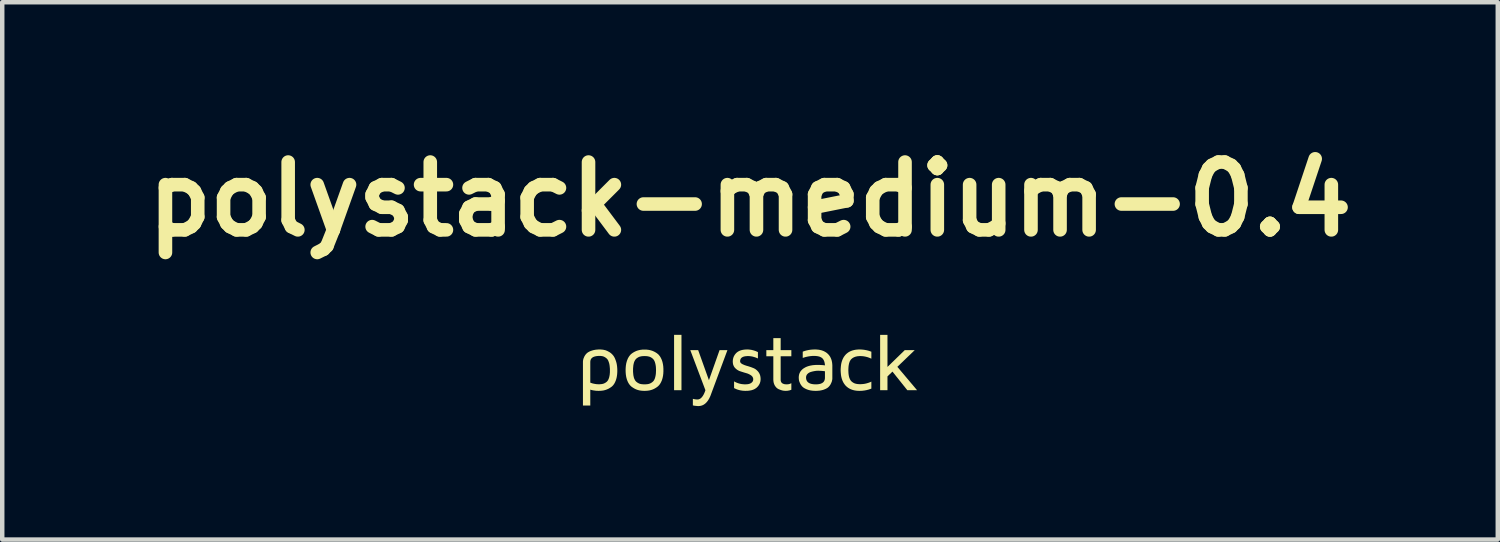
<source format=kicad_pcb>
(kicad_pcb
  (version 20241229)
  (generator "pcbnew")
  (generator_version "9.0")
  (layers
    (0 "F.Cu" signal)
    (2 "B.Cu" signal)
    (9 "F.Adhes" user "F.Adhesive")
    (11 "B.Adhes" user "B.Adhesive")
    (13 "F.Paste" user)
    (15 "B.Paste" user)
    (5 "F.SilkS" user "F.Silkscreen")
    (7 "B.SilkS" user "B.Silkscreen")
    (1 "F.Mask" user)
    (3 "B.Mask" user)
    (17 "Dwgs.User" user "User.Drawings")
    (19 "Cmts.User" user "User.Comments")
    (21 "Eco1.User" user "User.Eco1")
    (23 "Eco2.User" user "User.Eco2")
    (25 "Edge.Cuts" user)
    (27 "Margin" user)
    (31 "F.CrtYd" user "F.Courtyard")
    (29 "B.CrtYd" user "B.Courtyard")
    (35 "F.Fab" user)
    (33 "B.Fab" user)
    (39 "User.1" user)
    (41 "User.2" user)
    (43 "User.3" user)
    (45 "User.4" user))
  (footprint "polystack-medium-0.4"
    (layer "F.Cu")
    (at 13.803 5.274)
    (property "Reference" "polystack-medium-0.4" (at 0 -3.848 0) (layer "F.SilkS") (effects (font (size 1.524 1.524) (thickness 0.305))))
    (attr smd)
    (fp_poly (pts (xy -1.706 0.444) (xy -1.706 -0.8) (xy -1.54 -0.8) (xy -1.54 0.444) (xy -1.706 0.444)) (stroke (width 0) (type solid)) (fill yes) (layer "F.SilkS"))
    (fp_poly (pts (xy 2.924 0.444) (xy 2.924 -0.8) (xy 3.089 -0.8) (xy 3.089 -0.079) (xy 3.478 -0.457) (xy 3.702 -0.457) (xy 3.311 -0.081) (xy 3.754 0.444) (xy 3.535 0.444) (xy 3.201 0.026) (xy 3.089 0.134) (xy 3.089 0.444) (xy 2.924 0.444)) (stroke (width 0) (type solid)) (fill yes) (layer "F.SilkS"))
    (fp_poly (pts (xy 0.367 -0.318) (xy 0.367 -0.457) (xy 0.524 -0.457) (xy 0.524 -0.726) (xy 0.689 -0.726) (xy 0.689 -0.457) (xy 0.929 -0.457) (xy 0.929 -0.318) (xy 0.689 -0.318) (xy 0.689 0.206) (xy 0.689 0.216) (xy 0.69 0.225) (xy 0.691 0.233) (xy 0.693 0.241) (xy 0.696 0.249) (xy 0.699 0.256) (xy 0.702 0.263) (xy 0.706 0.269) (xy 0.711 0.275) (xy 0.716 0.281) (xy 0.722 0.286) (xy 0.728 0.29) (xy 0.735 0.294) (xy 0.743 0.298) (xy 0.751 0.301) (xy 0.759 0.304) (xy 0.768 0.307) (xy 0.778 0.309) (xy 0.788 0.31) (xy 0.799 0.311) (xy 0.81 0.312) (xy 0.822 0.312) (xy 0.824 0.312) (xy 0.836 0.312) (xy 0.848 0.311) (xy 0.859 0.31) (xy 0.87 0.308) (xy 0.881 0.306) (xy 0.891 0.303) (xy 0.901 0.299) (xy 0.911 0.295) (xy 0.92 0.291) (xy 0.929 0.286) (xy 0.929 0.434) (xy 0.918 0.438) (xy 0.908 0.441) (xy 0.898 0.445) (xy 0.888 0.448) (xy 0.877 0.45) (xy 0.867 0.452) (xy 0.857 0.454) (xy 0.846 0.456) (xy 0.836 0.457) (xy 0.826 0.458) (xy 0.816 0.458) (xy 0.805 0.459) (xy 0.801 0.459) (xy 0.791 0.458) (xy 0.782 0.458) (xy 0.772 0.457) (xy 0.762 0.456) (xy 0.752 0.455) (xy 0.742 0.453) (xy 0.731 0.451) (xy 0.723 0.449) (xy 0.714 0.446) (xy 0.705 0.444) (xy 0.695 0.441) (xy 0.685 0.437) (xy 0.675 0.433) (xy 0.664 0.429) (xy 0.653 0.425) (xy 0.642 0.42) (xy 0.633 0.415) (xy 0.624 0.41) (xy 0.615 0.404) (xy 0.607 0.398) (xy 0.599 0.391) (xy 0.592 0.384) (xy 0.584 0.376) (xy 0.577 0.367) (xy 0.57 0.358) (xy 0.564 0.349) (xy 0.557 0.339) (xy 0.553 0.33) (xy 0.548 0.321) (xy 0.545 0.312) (xy 0.541 0.303) (xy 0.538 0.294) (xy 0.535 0.284) (xy 0.532 0.274) (xy 0.53 0.263) (xy 0.528 0.253) (xy 0.527 0.242) (xy 0.525 0.23) (xy 0.525 0.219) (xy 0.524 0.207) (xy 0.524 0.195) (xy 0.524 -0.318) (xy 0.367 -0.318) (xy 0.367 -0.318)) (stroke (width 0) (type solid)) (fill yes) (layer "F.SilkS"))
    (fp_poly (pts (xy -1.342 -0.457) (xy -1.165 -0.457) (xy -0.923 0.219) (xy -0.684 -0.457) (xy -0.507 -0.457) (xy -0.878 0.541) (xy -0.882 0.553) (xy -0.887 0.565) (xy -0.892 0.577) (xy -0.897 0.589) (xy -0.902 0.6) (xy -0.908 0.611) (xy -0.913 0.622) (xy -0.918 0.632) (xy -0.924 0.642) (xy -0.93 0.652) (xy -0.935 0.661) (xy -0.941 0.67) (xy -0.947 0.679) (xy -0.953 0.687) (xy -0.96 0.696) (xy -0.966 0.704) (xy -0.972 0.711) (xy -0.979 0.718) (xy -0.985 0.725) (xy -0.992 0.732) (xy -0.999 0.738) (xy -1.006 0.744) (xy -1.013 0.75) (xy -1.02 0.755) (xy -1.027 0.76) (xy -1.035 0.765) (xy -1.042 0.77) (xy -1.05 0.774) (xy -1.057 0.778) (xy -1.065 0.781) (xy -1.073 0.784) (xy -1.081 0.787) (xy -1.089 0.79) (xy -1.097 0.792) (xy -1.105 0.794) (xy -1.114 0.796) (xy -1.122 0.797) (xy -1.131 0.799) (xy -1.139 0.799) (xy -1.148 0.8) (xy -1.157 0.8) (xy -1.158 0.8) (xy -1.168 0.8) (xy -1.178 0.8) (xy -1.188 0.799) (xy -1.199 0.798) (xy -1.209 0.797) (xy -1.22 0.796) (xy -1.23 0.795) (xy -1.241 0.794) (xy -1.251 0.792) (xy -1.262 0.79) (xy -1.273 0.788) (xy -1.284 0.786) (xy -1.284 0.638) (xy -1.273 0.64) (xy -1.263 0.643) (xy -1.252 0.645) (xy -1.242 0.647) (xy -1.232 0.648) (xy -1.222 0.65) (xy -1.212 0.651) (xy -1.202 0.652) (xy -1.192 0.652) (xy -1.183 0.653) (xy -1.175 0.652) (xy -1.168 0.652) (xy -1.161 0.651) (xy -1.154 0.649) (xy -1.147 0.647) (xy -1.14 0.644) (xy -1.133 0.641) (xy -1.126 0.638) (xy -1.119 0.634) (xy -1.113 0.63) (xy -1.106 0.625) (xy -1.1 0.619) (xy -1.094 0.614) (xy -1.088 0.607) (xy -1.081 0.601) (xy -1.076 0.593) (xy -1.07 0.586) (xy -1.064 0.578) (xy -1.058 0.569) (xy -1.053 0.56) (xy -1.047 0.551) (xy -1.042 0.541) (xy -1.036 0.53) (xy -1.031 0.519) (xy -1.026 0.508) (xy -1.021 0.496) (xy -1.016 0.484) (xy -1.011 0.471) (xy -1.007 0.458) (xy -1.002 0.444) (xy -1.342 -0.457) (xy -1.342 -0.457)) (stroke (width 0) (type solid)) (fill yes) (layer "F.SilkS"))
    (fp_poly (pts (xy 2.147 0.339) (xy 2.14 0.332) (xy 2.135 0.325) (xy 2.129 0.317) (xy 2.123 0.31) (xy 2.118 0.302) (xy 2.112 0.294) (xy 2.107 0.286) (xy 2.102 0.278) (xy 2.098 0.27) (xy 2.093 0.261) (xy 2.089 0.253) (xy 2.085 0.244) (xy 2.08 0.235) (xy 2.077 0.226) (xy 2.073 0.216) (xy 2.07 0.207) (xy 2.066 0.197) (xy 2.063 0.187) (xy 2.06 0.177) (xy 2.057 0.167) (xy 2.055 0.157) (xy 2.052 0.146) (xy 2.05 0.135) (xy 2.048 0.124) (xy 2.046 0.113) (xy 2.045 0.102) (xy 2.043 0.091) (xy 2.042 0.079) (xy 2.041 0.067) (xy 2.04 0.055) (xy 2.039 0.043) (xy 2.038 0.031) (xy 2.038 0.018) (xy 2.037 0.006) (xy 2.037 -0.007) (xy 2.037 -0.02) (xy 2.038 -0.033) (xy 2.038 -0.045) (xy 2.039 -0.057) (xy 2.04 -0.069) (xy 2.041 -0.081) (xy 2.042 -0.093) (xy 2.043 -0.105) (xy 2.045 -0.116) (xy 2.046 -0.127) (xy 2.048 -0.138) (xy 2.05 -0.149) (xy 2.052 -0.16) (xy 2.055 -0.171) (xy 2.057 -0.181) (xy 2.06 -0.191) (xy 2.063 -0.201) (xy 2.066 -0.211) (xy 2.07 -0.221) (xy 2.073 -0.23) (xy 2.077 -0.24) (xy 2.08 -0.249) (xy 2.085 -0.258) (xy 2.089 -0.267) (xy 2.093 -0.275) (xy 2.098 -0.284) (xy 2.102 -0.292) (xy 2.107 -0.3) (xy 2.112 -0.308) (xy 2.118 -0.316) (xy 2.123 -0.323) (xy 2.129 -0.331) (xy 2.135 -0.338) (xy 2.14 -0.345) (xy 2.147 -0.352) (xy 2.153 -0.359) (xy 2.16 -0.366) (xy 2.167 -0.373) (xy 2.175 -0.379) (xy 2.182 -0.385) (xy 2.19 -0.391) (xy 2.197 -0.397) (xy 2.205 -0.403) (xy 2.213 -0.408) (xy 2.222 -0.413) (xy 2.23 -0.418) (xy 2.239 -0.423) (xy 2.248 -0.427) (xy 2.257 -0.431) (xy 2.266 -0.436) (xy 2.275 -0.439) (xy 2.285 -0.443) (xy 2.295 -0.446) (xy 2.304 -0.45) (xy 2.315 -0.452) (xy 2.325 -0.455) (xy 2.335 -0.458) (xy 2.346 -0.46) (xy 2.357 -0.462) (xy 2.368 -0.464) (xy 2.379 -0.466) (xy 2.39 -0.467) (xy 2.401 -0.468) (xy 2.413 -0.469) (xy 2.425 -0.47) (xy 2.437 -0.471) (xy 2.449 -0.471) (xy 2.462 -0.471) (xy 2.472 -0.471) (xy 2.483 -0.471) (xy 2.494 -0.47) (xy 2.505 -0.47) (xy 2.516 -0.469) (xy 2.527 -0.468) (xy 2.538 -0.467) (xy 2.549 -0.466) (xy 2.559 -0.464) (xy 2.57 -0.463) (xy 2.581 -0.461) (xy 2.591 -0.459) (xy 2.602 -0.457) (xy 2.613 -0.455) (xy 2.623 -0.453) (xy 2.634 -0.45) (xy 2.644 -0.448) (xy 2.655 -0.445) (xy 2.665 -0.442) (xy 2.675 -0.439) (xy 2.686 -0.435) (xy 2.696 -0.432) (xy 2.706 -0.428) (xy 2.717 -0.425) (xy 2.727 -0.421) (xy 2.727 -0.264) (xy 2.717 -0.269) (xy 2.707 -0.273) (xy 2.696 -0.278) (xy 2.686 -0.282) (xy 2.676 -0.286) (xy 2.666 -0.29) (xy 2.655 -0.293) (xy 2.645 -0.297) (xy 2.635 -0.3) (xy 2.624 -0.303) (xy 2.614 -0.305) (xy 2.604 -0.308) (xy 2.593 -0.31) (xy 2.583 -0.313) (xy 2.573 -0.314) (xy 2.562 -0.316) (xy 2.552 -0.318) (xy 2.542 -0.319) (xy 2.531 -0.32) (xy 2.521 -0.321) (xy 2.51 -0.322) (xy 2.5 -0.322) (xy 2.49 -0.323) (xy 2.479 -0.323) (xy 2.476 -0.323) (xy 2.463 -0.323) (xy 2.451 -0.322) (xy 2.44 -0.321) (xy 2.428 -0.32) (xy 2.417 -0.319) (xy 2.406 -0.317) (xy 2.395 -0.315) (xy 2.385 -0.312) (xy 2.375 -0.31) (xy 2.365 -0.307) (xy 2.355 -0.303) (xy 2.346 -0.3) (xy 2.337 -0.296) (xy 2.328 -0.291) (xy 2.319 -0.287) (xy 2.311 -0.282) (xy 2.303 -0.276) (xy 2.295 -0.271) (xy 2.288 -0.265) (xy 2.281 -0.258) (xy 2.275 -0.253) (xy 2.27 -0.248) (xy 2.265 -0.242) (xy 2.261 -0.236) (xy 2.256 -0.229) (xy 2.252 -0.222) (xy 2.248 -0.215) (xy 2.244 -0.208) (xy 2.24 -0.2) (xy 2.237 -0.191) (xy 2.234 -0.182) (xy 2.231 -0.173) (xy 2.228 -0.164) (xy 2.225 -0.154) (xy 2.223 -0.144) (xy 2.221 -0.133) (xy 2.219 -0.122) (xy 2.217 -0.111) (xy 2.215 -0.099) (xy 2.214 -0.087) (xy 2.213 -0.075) (xy 2.212 -0.062) (xy 2.211 -0.049) (xy 2.211 -0.035) (xy 2.21 -0.021) (xy 2.21 -0.007) (xy 2.21 0.006) (xy 2.211 0.019) (xy 2.211 0.031) (xy 2.212 0.044) (xy 2.212 0.056) (xy 2.213 0.067) (xy 2.215 0.079) (xy 2.216 0.09) (xy 2.217 0.1) (xy 2.219 0.111) (xy 2.221 0.121) (xy 2.223 0.131) (xy 2.225 0.141) (xy 2.228 0.15) (xy 2.23 0.159) (xy 2.234 0.17) (xy 2.239 0.181) (xy 2.243 0.192) (xy 2.248 0.202) (xy 2.254 0.211) (xy 2.259 0.22) (xy 2.265 0.228) (xy 2.271 0.236) (xy 2.278 0.243) (xy 2.285 0.25) (xy 2.292 0.256) (xy 2.301 0.263) (xy 2.311 0.269) (xy 2.32 0.275) (xy 2.329 0.28) (xy 2.338 0.285) (xy 2.347 0.289) (xy 2.357 0.292) (xy 2.366 0.295) (xy 2.375 0.298) (xy 2.384 0.3) (xy 2.393 0.302) (xy 2.402 0.303) (xy 2.411 0.305) (xy 2.421 0.306) (xy 2.432 0.307) (xy 2.442 0.308) (xy 2.453 0.308) (xy 2.464 0.309) (xy 2.476 0.309) (xy 2.486 0.309) (xy 2.497 0.308) (xy 2.508 0.308) (xy 2.519 0.307) (xy 2.529 0.306) (xy 2.54 0.305) (xy 2.551 0.304) (xy 2.561 0.302) (xy 2.572 0.301) (xy 2.582 0.299) (xy 2.593 0.297) (xy 2.603 0.294) (xy 2.614 0.292) (xy 2.624 0.289) (xy 2.635 0.286) (xy 2.645 0.283) (xy 2.655 0.28) (xy 2.666 0.276) (xy 2.676 0.273) (xy 2.686 0.269) (xy 2.696 0.265) (xy 2.707 0.261) (xy 2.717 0.256) (xy 2.727 0.251) (xy 2.727 0.408) (xy 2.717 0.412) (xy 2.706 0.416) (xy 2.696 0.42) (xy 2.686 0.423) (xy 2.675 0.426) (xy 2.665 0.43) (xy 2.655 0.433) (xy 2.644 0.435) (xy 2.634 0.438) (xy 2.623 0.441) (xy 2.613 0.443) (xy 2.602 0.445) (xy 2.591 0.447) (xy 2.581 0.449) (xy 2.57 0.451) (xy 2.559 0.452) (xy 2.549 0.453) (xy 2.538 0.455) (xy 2.527 0.456) (xy 2.516 0.457) (xy 2.505 0.457) (xy 2.494 0.458) (xy 2.483 0.458) (xy 2.472 0.459) (xy 2.462 0.459) (xy 2.449 0.459) (xy 2.437 0.458) (xy 2.425 0.458) (xy 2.413 0.457) (xy 2.401 0.456) (xy 2.39 0.455) (xy 2.379 0.453) (xy 2.368 0.452) (xy 2.357 0.45) (xy 2.346 0.448) (xy 2.335 0.445) (xy 2.325 0.443) (xy 2.315 0.44) (xy 2.304 0.437) (xy 2.295 0.434) (xy 2.285 0.43) (xy 2.275 0.427) (xy 2.266 0.423) (xy 2.257 0.419) (xy 2.248 0.415) (xy 2.239 0.41) (xy 2.23 0.405) (xy 2.222 0.4) (xy 2.213 0.395) (xy 2.205 0.39) (xy 2.197 0.384) (xy 2.19 0.378) (xy 2.182 0.372) (xy 2.175 0.366) (xy 2.167 0.359) (xy 2.16 0.353) (xy 2.153 0.346) (xy 2.147 0.339) (xy 2.147 0.339)) (stroke (width 0) (type solid)) (fill yes) (layer "F.SilkS"))
    (fp_poly (pts (xy -3.754 0.788) (xy -3.754 -0.181) (xy -3.526 -0.299) (xy -3.533 -0.295) (xy -3.54 -0.29) (xy -3.546 -0.286) (xy -3.552 -0.281) (xy -3.557 -0.276) (xy -3.562 -0.27) (xy -3.567 -0.264) (xy -3.571 -0.258) (xy -3.575 -0.252) (xy -3.578 -0.245) (xy -3.581 -0.239) (xy -3.583 -0.231) (xy -3.585 -0.224) (xy -3.587 -0.216) (xy -3.588 -0.208) (xy -3.588 -0.2) (xy -3.589 -0.191) (xy -3.589 0.274) (xy -3.589 0.274) (xy -3.578 0.278) (xy -3.568 0.282) (xy -3.557 0.285) (xy -3.547 0.289) (xy -3.536 0.292) (xy -3.526 0.294) (xy -3.515 0.297) (xy -3.505 0.299) (xy -3.494 0.301) (xy -3.483 0.303) (xy -3.473 0.305) (xy -3.462 0.306) (xy -3.451 0.308) (xy -3.441 0.309) (xy -3.43 0.309) (xy -3.419 0.31) (xy -3.408 0.31) (xy -3.397 0.31) (xy -3.385 0.31) (xy -3.373 0.31) (xy -3.362 0.309) (xy -3.351 0.308) (xy -3.341 0.307) (xy -3.331 0.306) (xy -3.321 0.304) (xy -3.312 0.302) (xy -3.303 0.3) (xy -3.293 0.297) (xy -3.283 0.293) (xy -3.273 0.289) (xy -3.264 0.284) (xy -3.254 0.279) (xy -3.244 0.273) (xy -3.235 0.266) (xy -3.225 0.259) (xy -3.219 0.254) (xy -3.212 0.247) (xy -3.206 0.24) (xy -3.2 0.233) (xy -3.195 0.225) (xy -3.189 0.217) (xy -3.185 0.208) (xy -3.18 0.198) (xy -3.176 0.188) (xy -3.172 0.177) (xy -3.168 0.166) (xy -3.165 0.157) (xy -3.163 0.148) (xy -3.161 0.139) (xy -3.159 0.129) (xy -3.157 0.119) (xy -3.155 0.109) (xy -3.153 0.098) (xy -3.152 0.088) (xy -3.151 0.076) (xy -3.15 0.065) (xy -3.149 0.053) (xy -3.148 0.041) (xy -3.148 0.029) (xy -3.148 0.016) (xy -3.148 0.003) (xy -3.148 -0.009) (xy -3.148 -0.022) (xy -3.148 -0.035) (xy -3.149 -0.047) (xy -3.15 -0.059) (xy -3.151 -0.07) (xy -3.152 -0.081) (xy -3.153 -0.092) (xy -3.154 -0.103) (xy -3.156 -0.114) (xy -3.157 -0.124) (xy -3.159 -0.134) (xy -3.161 -0.143) (xy -3.163 -0.152) (xy -3.165 -0.162) (xy -3.168 -0.17) (xy -3.172 -0.183) (xy -3.176 -0.194) (xy -3.18 -0.205) (xy -3.184 -0.216) (xy -3.189 -0.226) (xy -3.194 -0.235) (xy -3.2 -0.244) (xy -3.205 -0.252) (xy -3.212 -0.259) (xy -3.218 -0.266) (xy -3.224 -0.272) (xy -3.234 -0.279) (xy -3.243 -0.286) (xy -3.252 -0.293) (xy -3.261 -0.298) (xy -3.27 -0.303) (xy -3.279 -0.308) (xy -3.289 -0.312) (xy -3.298 -0.315) (xy -3.307 -0.318) (xy -3.316 -0.32) (xy -3.326 -0.322) (xy -3.336 -0.323) (xy -3.347 -0.325) (xy -3.358 -0.326) (xy -3.369 -0.326) (xy -3.38 -0.326) (xy -3.394 -0.326) (xy -3.406 -0.326) (xy -3.419 -0.325) (xy -3.431 -0.324) (xy -3.442 -0.323) (xy -3.453 -0.321) (xy -3.464 -0.319) (xy -3.474 -0.317) (xy -3.484 -0.315) (xy -3.493 -0.312) (xy -3.502 -0.309) (xy -3.51 -0.306) (xy -3.518 -0.303) (xy -3.526 -0.299) (xy -3.754 -0.181) (xy -3.754 -0.19) (xy -3.754 -0.2) (xy -3.753 -0.21) (xy -3.752 -0.219) (xy -3.751 -0.229) (xy -3.749 -0.238) (xy -3.747 -0.247) (xy -3.745 -0.256) (xy -3.742 -0.266) (xy -3.738 -0.276) (xy -3.733 -0.287) (xy -3.728 -0.299) (xy -3.723 -0.311) (xy -3.718 -0.321) (xy -3.712 -0.33) (xy -3.706 -0.34) (xy -3.7 -0.348) (xy -3.694 -0.357) (xy -3.687 -0.365) (xy -3.679 -0.374) (xy -3.672 -0.381) (xy -3.664 -0.389) (xy -3.657 -0.394) (xy -3.65 -0.4) (xy -3.643 -0.405) (xy -3.635 -0.41) (xy -3.626 -0.415) (xy -3.617 -0.42) (xy -3.608 -0.425) (xy -3.598 -0.429) (xy -3.587 -0.434) (xy -3.576 -0.438) (xy -3.565 -0.442) (xy -3.552 -0.446) (xy -3.543 -0.449) (xy -3.534 -0.452) (xy -3.524 -0.455) (xy -3.514 -0.457) (xy -3.504 -0.459) (xy -3.494 -0.461) (xy -3.483 -0.463) (xy -3.472 -0.465) (xy -3.462 -0.466) (xy -3.451 -0.467) (xy -3.439 -0.469) (xy -3.428 -0.469) (xy -3.416 -0.47) (xy -3.405 -0.471) (xy -3.393 -0.471) (xy -3.38 -0.471) (xy -3.369 -0.471) (xy -3.358 -0.471) (xy -3.347 -0.47) (xy -3.336 -0.469) (xy -3.325 -0.468) (xy -3.315 -0.467) (xy -3.304 -0.466) (xy -3.293 -0.464) (xy -3.283 -0.462) (xy -3.274 -0.46) (xy -3.265 -0.458) (xy -3.256 -0.456) (xy -3.246 -0.453) (xy -3.237 -0.45) (xy -3.227 -0.446) (xy -3.218 -0.442) (xy -3.208 -0.438) (xy -3.198 -0.433) (xy -3.188 -0.428) (xy -3.178 -0.422) (xy -3.168 -0.417) (xy -3.159 -0.412) (xy -3.15 -0.406) (xy -3.141 -0.4) (xy -3.133 -0.394) (xy -3.124 -0.387) (xy -3.116 -0.38) (xy -3.108 -0.373) (xy -3.101 -0.366) (xy -3.093 -0.358) (xy -3.086 -0.35) (xy -3.079 -0.342) (xy -3.073 -0.335) (xy -3.068 -0.328) (xy -3.063 -0.321) (xy -3.058 -0.313) (xy -3.053 -0.305) (xy -3.048 -0.296) (xy -3.043 -0.287) (xy -3.039 -0.278) (xy -3.034 -0.268) (xy -3.03 -0.258) (xy -3.026 -0.248) (xy -3.022 -0.237) (xy -3.018 -0.226) (xy -3.014 -0.215) (xy -3.01 -0.203) (xy -3.007 -0.193) (xy -3.004 -0.184) (xy -3.002 -0.174) (xy -2.999 -0.164) (xy -2.997 -0.154) (xy -2.995 -0.144) (xy -2.993 -0.133) (xy -2.991 -0.123) (xy -2.99 -0.112) (xy -2.988 -0.101) (xy -2.987 -0.09) (xy -2.986 -0.079) (xy -2.985 -0.068) (xy -2.984 -0.056) (xy -2.983 -0.045) (xy -2.983 -0.033) (xy -2.982 -0.021) (xy -2.982 -0.009) (xy -2.982 0.003) (xy -2.982 0.016) (xy -2.982 0.029) (xy -2.983 0.041) (xy -2.983 0.053) (xy -2.984 0.065) (xy -2.985 0.077) (xy -2.986 0.089) (xy -2.987 0.1) (xy -2.989 0.111) (xy -2.99 0.122) (xy -2.992 0.133) (xy -2.994 0.144) (xy -2.996 0.155) (xy -2.998 0.165) (xy -3.001 0.175) (xy -3.003 0.185) (xy -3.006 0.195) (xy -3.009 0.205) (xy -3.012 0.214) (xy -3.015 0.224) (xy -3.019 0.233) (xy -3.024 0.244) (xy -3.028 0.256) (xy -3.033 0.266) (xy -3.039 0.277) (xy -3.044 0.287) (xy -3.05 0.297) (xy -3.056 0.306) (xy -3.062 0.315) (xy -3.069 0.324) (xy -3.075 0.332) (xy -3.082 0.34) (xy -3.089 0.347) (xy -3.096 0.354) (xy -3.104 0.361) (xy -3.111 0.367) (xy -3.119 0.373) (xy -3.129 0.379) (xy -3.138 0.386) (xy -3.147 0.392) (xy -3.156 0.397) (xy -3.166 0.403) (xy -3.175 0.408) (xy -3.184 0.413) (xy -3.194 0.417) (xy -3.203 0.421) (xy -3.213 0.426) (xy -3.222 0.429) (xy -3.232 0.433) (xy -3.241 0.436) (xy -3.251 0.439) (xy -3.26 0.442) (xy -3.27 0.444) (xy -3.28 0.447) (xy -3.29 0.449) (xy -3.3 0.451) (xy -3.31 0.452) (xy -3.321 0.454) (xy -3.331 0.455) (xy -3.342 0.456) (xy -3.353 0.457) (xy -3.364 0.458) (xy -3.375 0.458) (xy -3.386 0.458) (xy -3.397 0.459) (xy -3.408 0.459) (xy -3.419 0.458) (xy -3.43 0.458) (xy -3.441 0.457) (xy -3.452 0.457) (xy -3.463 0.456) (xy -3.474 0.455) (xy -3.484 0.453) (xy -3.495 0.452) (xy -3.506 0.45) (xy -3.516 0.449) (xy -3.527 0.447) (xy -3.537 0.445) (xy -3.547 0.443) (xy -3.558 0.44) (xy -3.568 0.438) (xy -3.578 0.435) (xy -3.589 0.432) (xy -3.589 0.788) (xy -3.754 0.788) (xy -3.754 0.788)) (stroke (width 0) (type solid)) (fill yes) (layer "F.SilkS"))
    (fp_poly (pts (xy -0.387 -0.202) (xy -0.387 -0.213) (xy -0.386 -0.224) (xy -0.385 -0.235) (xy -0.384 -0.245) (xy -0.382 -0.256) (xy -0.38 -0.266) (xy -0.377 -0.276) (xy -0.374 -0.286) (xy -0.371 -0.296) (xy -0.367 -0.306) (xy -0.363 -0.315) (xy -0.359 -0.324) (xy -0.354 -0.333) (xy -0.348 -0.342) (xy -0.343 -0.351) (xy -0.336 -0.36) (xy -0.33 -0.368) (xy -0.323 -0.376) (xy -0.316 -0.385) (xy -0.308 -0.392) (xy -0.301 -0.399) (xy -0.294 -0.405) (xy -0.287 -0.41) (xy -0.28 -0.416) (xy -0.272 -0.421) (xy -0.264 -0.426) (xy -0.256 -0.43) (xy -0.248 -0.435) (xy -0.239 -0.439) (xy -0.23 -0.443) (xy -0.221 -0.446) (xy -0.211 -0.45) (xy -0.202 -0.453) (xy -0.192 -0.456) (xy -0.181 -0.458) (xy -0.171 -0.461) (xy -0.16 -0.463) (xy -0.149 -0.465) (xy -0.137 -0.466) (xy -0.126 -0.468) (xy -0.114 -0.469) (xy -0.102 -0.47) (xy -0.089 -0.47) (xy -0.076 -0.471) (xy -0.064 -0.471) (xy -0.053 -0.471) (xy -0.042 -0.471) (xy -0.032 -0.47) (xy -0.021 -0.469) (xy -0.01 -0.468) (xy 0.00022 -0.467) (xy 0.011 -0.465) (xy 0.021 -0.464) (xy 0.032 -0.462) (xy 0.042 -0.46) (xy 0.053 -0.457) (xy 0.063 -0.455) (xy 0.074 -0.452) (xy 0.084 -0.449) (xy 0.095 -0.446) (xy 0.105 -0.442) (xy 0.116 -0.439) (xy 0.126 -0.435) (xy 0.137 -0.431) (xy 0.147 -0.426) (xy 0.157 -0.422) (xy 0.168 -0.417) (xy 0.178 -0.412) (xy 0.178 -0.269) (xy 0.167 -0.274) (xy 0.156 -0.279) (xy 0.145 -0.283) (xy 0.134 -0.288) (xy 0.123 -0.292) (xy 0.112 -0.295) (xy 0.101 -0.299) (xy 0.091 -0.302) (xy 0.08 -0.305) (xy 0.069 -0.308) (xy 0.059 -0.311) (xy 0.048 -0.313) (xy 0.038 -0.315) (xy 0.028 -0.317) (xy 0.017 -0.318) (xy 0.007 -0.32) (xy -0.003 -0.321) (xy -0.013 -0.322) (xy -0.023 -0.322) (xy -0.033 -0.323) (xy -0.043 -0.323) (xy -0.056 -0.323) (xy -0.069 -0.322) (xy -0.081 -0.321) (xy -0.092 -0.32) (xy -0.103 -0.319) (xy -0.114 -0.317) (xy -0.124 -0.315) (xy -0.134 -0.313) (xy -0.143 -0.31) (xy -0.151 -0.307) (xy -0.159 -0.304) (xy -0.167 -0.3) (xy -0.174 -0.296) (xy -0.181 -0.292) (xy -0.187 -0.287) (xy -0.193 -0.282) (xy -0.198 -0.277) (xy -0.202 -0.271) (xy -0.207 -0.266) (xy -0.21 -0.259) (xy -0.213 -0.253) (xy -0.216 -0.246) (xy -0.218 -0.239) (xy -0.22 -0.232) (xy -0.221 -0.224) (xy -0.222 -0.216) (xy -0.222 -0.207) (xy -0.222 -0.199) (xy -0.22 -0.191) (xy -0.217 -0.183) (xy -0.213 -0.176) (xy -0.208 -0.169) (xy -0.201 -0.162) (xy -0.193 -0.156) (xy -0.185 -0.15) (xy -0.175 -0.144) (xy -0.166 -0.139) (xy -0.157 -0.135) (xy -0.147 -0.131) (xy -0.137 -0.126) (xy -0.127 -0.122) (xy -0.117 -0.118) (xy -0.106 -0.114) (xy -0.095 -0.111) (xy -0.084 -0.107) (xy -0.072 -0.103) (xy -0.06 -0.1) (xy -0.05 -0.097) (xy -0.039 -0.094) (xy -0.029 -0.091) (xy -0.019 -0.087) (xy -0.008 -0.084) (xy 0.002 -0.081) (xy 0.012 -0.077) (xy 0.023 -0.074) (xy 0.033 -0.07) (xy 0.043 -0.066) (xy 0.053 -0.062) (xy 0.064 -0.058) (xy 0.074 -0.054) (xy 0.084 -0.05) (xy 0.093 -0.045) (xy 0.102 -0.041) (xy 0.111 -0.036) (xy 0.12 -0.03) (xy 0.129 -0.024) (xy 0.137 -0.018) (xy 0.145 -0.011) (xy 0.153 -0.004) (xy 0.161 0.003) (xy 0.168 0.011) (xy 0.176 0.019) (xy 0.183 0.027) (xy 0.19 0.036) (xy 0.195 0.044) (xy 0.201 0.052) (xy 0.206 0.061) (xy 0.211 0.07) (xy 0.215 0.079) (xy 0.219 0.088) (xy 0.223 0.097) (xy 0.226 0.107) (xy 0.229 0.117) (xy 0.231 0.127) (xy 0.233 0.138) (xy 0.235 0.148) (xy 0.236 0.159) (xy 0.237 0.17) (xy 0.238 0.182) (xy 0.238 0.193) (xy 0.238 0.204) (xy 0.237 0.215) (xy 0.236 0.225) (xy 0.235 0.235) (xy 0.233 0.246) (xy 0.231 0.256) (xy 0.228 0.265) (xy 0.225 0.275) (xy 0.222 0.285) (xy 0.218 0.294) (xy 0.213 0.303) (xy 0.209 0.313) (xy 0.203 0.321) (xy 0.198 0.33) (xy 0.192 0.339) (xy 0.186 0.348) (xy 0.179 0.356) (xy 0.172 0.364) (xy 0.164 0.372) (xy 0.156 0.38) (xy 0.15 0.386) (xy 0.143 0.392) (xy 0.136 0.397) (xy 0.129 0.402) (xy 0.121 0.407) (xy 0.113 0.412) (xy 0.105 0.417) (xy 0.097 0.421) (xy 0.089 0.425) (xy 0.08 0.429) (xy 0.071 0.432) (xy 0.061 0.436) (xy 0.052 0.439) (xy 0.042 0.442) (xy 0.032 0.445) (xy 0.021 0.447) (xy 0.01 0.449) (xy -0.001 0.451) (xy -0.012 0.453) (xy -0.023 0.454) (xy -0.035 0.456) (xy -0.047 0.457) (xy -0.059 0.458) (xy -0.072 0.458) (xy -0.085 0.458) (xy -0.098 0.459) (xy -0.109 0.459) (xy -0.121 0.458) (xy -0.132 0.458) (xy -0.143 0.457) (xy -0.155 0.456) (xy -0.166 0.455) (xy -0.177 0.454) (xy -0.187 0.452) (xy -0.198 0.45) (xy -0.209 0.449) (xy -0.22 0.446) (xy -0.23 0.444) (xy -0.24 0.442) (xy -0.251 0.439) (xy -0.261 0.436) (xy -0.271 0.433) (xy -0.281 0.43) (xy -0.291 0.426) (xy -0.301 0.422) (xy -0.311 0.419) (xy -0.32 0.414) (xy -0.33 0.41) (xy -0.339 0.406) (xy -0.349 0.401) (xy -0.358 0.396) (xy -0.358 0.246) (xy -0.348 0.251) (xy -0.338 0.257) (xy -0.329 0.262) (xy -0.319 0.266) (xy -0.309 0.271) (xy -0.298 0.275) (xy -0.288 0.279) (xy -0.278 0.283) (xy -0.268 0.286) (xy -0.258 0.29) (xy -0.247 0.293) (xy -0.237 0.296) (xy -0.227 0.298) (xy -0.216 0.301) (xy -0.206 0.303) (xy -0.195 0.305) (xy -0.184 0.307) (xy -0.174 0.308) (xy -0.163 0.309) (xy -0.152 0.31) (xy -0.141 0.311) (xy -0.13 0.312) (xy -0.119 0.312) (xy -0.108 0.312) (xy -0.105 0.312) (xy -0.092 0.312) (xy -0.079 0.311) (xy -0.067 0.311) (xy -0.056 0.309) (xy -0.045 0.308) (xy -0.034 0.306) (xy -0.024 0.303) (xy -0.014 0.301) (xy -0.005 0.297) (xy 0.003 0.294) (xy 0.012 0.29) (xy 0.019 0.286) (xy 0.026 0.281) (xy 0.035 0.275) (xy 0.043 0.268) (xy 0.05 0.261) (xy 0.056 0.253) (xy 0.061 0.245) (xy 0.065 0.237) (xy 0.068 0.229) (xy 0.07 0.22) (xy 0.072 0.211) (xy 0.072 0.201) (xy 0.072 0.191) (xy 0.071 0.182) (xy 0.069 0.172) (xy 0.066 0.164) (xy 0.062 0.155) (xy 0.058 0.147) (xy 0.053 0.139) (xy 0.047 0.132) (xy 0.04 0.125) (xy 0.033 0.118) (xy 0.025 0.112) (xy 0.017 0.106) (xy 0.009 0.101) (xy 0 0.096) (xy -0.009 0.091) (xy -0.018 0.086) (xy -0.027 0.082) (xy -0.037 0.077) (xy -0.047 0.073) (xy -0.057 0.069) (xy -0.068 0.066) (xy -0.079 0.062) (xy -0.09 0.059) (xy -0.1 0.056) (xy -0.111 0.053) (xy -0.121 0.05) (xy -0.132 0.047) (xy -0.142 0.044) (xy -0.153 0.04) (xy -0.163 0.037) (xy -0.174 0.034) (xy -0.184 0.031) (xy -0.194 0.027) (xy -0.205 0.024) (xy -0.215 0.02) (xy -0.226 0.017) (xy -0.236 0.013) (xy -0.246 0.009) (xy -0.256 0.004) (xy -0.265 -0.001) (xy -0.274 -0.006) (xy -0.284 -0.012) (xy -0.292 -0.018) (xy -0.301 -0.024) (xy -0.309 -0.031) (xy -0.317 -0.038) (xy -0.325 -0.045) (xy -0.333 -0.053) (xy -0.34 -0.061) (xy -0.346 -0.068) (xy -0.352 -0.076) (xy -0.357 -0.084) (xy -0.362 -0.092) (xy -0.366 -0.101) (xy -0.37 -0.11) (xy -0.374 -0.119) (xy -0.377 -0.128) (xy -0.38 -0.138) (xy -0.382 -0.148) (xy -0.384 -0.158) (xy -0.385 -0.169) (xy -0.386 -0.179) (xy -0.387 -0.191) (xy -0.387 -0.202) (xy -0.387 -0.202)) (stroke (width 0) (type solid)) (fill yes) (layer "F.SilkS"))
    (fp_poly (pts (xy 1.095 0.161) (xy 1.259 0.159) (xy 1.26 0.168) (xy 1.26 0.177) (xy 1.261 0.185) (xy 1.263 0.194) (xy 1.264 0.202) (xy 1.267 0.209) (xy 1.269 0.217) (xy 1.272 0.224) (xy 1.276 0.231) (xy 1.279 0.238) (xy 1.284 0.244) (xy 1.288 0.25) (xy 1.293 0.256) (xy 1.298 0.261) (xy 1.304 0.267) (xy 1.31 0.271) (xy 1.317 0.276) (xy 1.324 0.28) (xy 1.331 0.285) (xy 1.339 0.288) (xy 1.347 0.292) (xy 1.356 0.295) (xy 1.365 0.298) (xy 1.374 0.301) (xy 1.384 0.303) (xy 1.394 0.305) (xy 1.405 0.307) (xy 1.416 0.309) (xy 1.427 0.31) (xy 1.439 0.311) (xy 1.451 0.312) (xy 1.463 0.312) (xy 1.476 0.312) (xy 1.479 0.312) (xy 1.492 0.312) (xy 1.504 0.312) (xy 1.516 0.311) (xy 1.527 0.31) (xy 1.538 0.309) (xy 1.549 0.307) (xy 1.559 0.305) (xy 1.569 0.303) (xy 1.578 0.301) (xy 1.587 0.298) (xy 1.596 0.295) (xy 1.604 0.291) (xy 1.611 0.288) (xy 1.619 0.284) (xy 1.626 0.28) (xy 1.632 0.275) (xy 1.639 0.271) (xy 1.644 0.266) (xy 1.65 0.26) (xy 1.655 0.255) (xy 1.659 0.249) (xy 1.664 0.243) (xy 1.667 0.236) (xy 1.671 0.229) (xy 1.674 0.222) (xy 1.676 0.215) (xy 1.679 0.207) (xy 1.68 0.199) (xy 1.682 0.191) (xy 1.683 0.183) (xy 1.683 0.174) (xy 1.684 0.165) (xy 1.684 0.018) (xy 1.674 0.017) (xy 1.664 0.016) (xy 1.654 0.014) (xy 1.644 0.013) (xy 1.634 0.012) (xy 1.623 0.011) (xy 1.612 0.01) (xy 1.6 0.01) (xy 1.589 0.009) (xy 1.577 0.008) (xy 1.565 0.008) (xy 1.552 0.007) (xy 1.54 0.007) (xy 1.527 0.007) (xy 1.516 0.007) (xy 1.506 0.008) (xy 1.495 0.008) (xy 1.484 0.009) (xy 1.473 0.011) (xy 1.462 0.012) (xy 1.451 0.014) (xy 1.441 0.016) (xy 1.431 0.018) (xy 1.42 0.02) (xy 1.41 0.022) (xy 1.399 0.025) (xy 1.388 0.028) (xy 1.377 0.031) (xy 1.365 0.034) (xy 1.355 0.038) (xy 1.346 0.042) (xy 1.336 0.046) (xy 1.328 0.051) (xy 1.319 0.056) (xy 1.311 0.061) (xy 1.304 0.068) (xy 1.296 0.074) (xy 1.289 0.081) (xy 1.282 0.09) (xy 1.276 0.098) (xy 1.271 0.107) (xy 1.267 0.117) (xy 1.264 0.127) (xy 1.261 0.137) (xy 1.26 0.148) (xy 1.259 0.159) (xy 1.259 0.159) (xy 1.095 0.161) (xy 1.096 0.149) (xy 1.096 0.139) (xy 1.097 0.128) (xy 1.099 0.117) (xy 1.1 0.107) (xy 1.102 0.097) (xy 1.105 0.087) (xy 1.108 0.078) (xy 1.111 0.068) (xy 1.115 0.059) (xy 1.119 0.05) (xy 1.124 0.041) (xy 1.128 0.033) (xy 1.134 0.024) (xy 1.139 0.016) (xy 1.146 0.008) (xy 1.152 0.000249) (xy 1.159 -0.007) (xy 1.166 -0.015) (xy 1.174 -0.022) (xy 1.182 -0.029) (xy 1.19 -0.036) (xy 1.199 -0.042) (xy 1.208 -0.049) (xy 1.216 -0.053) (xy 1.224 -0.058) (xy 1.232 -0.063) (xy 1.24 -0.067) (xy 1.248 -0.072) (xy 1.257 -0.076) (xy 1.266 -0.08) (xy 1.275 -0.084) (xy 1.284 -0.087) (xy 1.293 -0.091) (xy 1.303 -0.094) (xy 1.312 -0.097) (xy 1.322 -0.1) (xy 1.332 -0.103) (xy 1.343 -0.105) (xy 1.353 -0.108) (xy 1.364 -0.11) (xy 1.375 -0.112) (xy 1.386 -0.114) (xy 1.397 -0.116) (xy 1.408 -0.118) (xy 1.42 -0.119) (xy 1.432 -0.12) (xy 1.444 -0.121) (xy 1.456 -0.122) (xy 1.468 -0.123) (xy 1.481 -0.124) (xy 1.494 -0.124) (xy 1.506 -0.124) (xy 1.52 -0.124) (xy 1.531 -0.124) (xy 1.542 -0.124) (xy 1.553 -0.124) (xy 1.564 -0.124) (xy 1.575 -0.123) (xy 1.586 -0.123) (xy 1.597 -0.122) (xy 1.608 -0.121) (xy 1.619 -0.121) (xy 1.63 -0.12) (xy 1.641 -0.119) (xy 1.652 -0.118) (xy 1.662 -0.116) (xy 1.673 -0.115) (xy 1.684 -0.114) (xy 1.683 -0.127) (xy 1.682 -0.14) (xy 1.68 -0.152) (xy 1.678 -0.164) (xy 1.676 -0.175) (xy 1.673 -0.186) (xy 1.67 -0.197) (xy 1.667 -0.207) (xy 1.663 -0.216) (xy 1.659 -0.225) (xy 1.655 -0.234) (xy 1.65 -0.242) (xy 1.645 -0.25) (xy 1.64 -0.257) (xy 1.634 -0.264) (xy 1.628 -0.271) (xy 1.621 -0.277) (xy 1.615 -0.282) (xy 1.608 -0.287) (xy 1.601 -0.291) (xy 1.594 -0.296) (xy 1.586 -0.299) (xy 1.578 -0.303) (xy 1.569 -0.307) (xy 1.561 -0.31) (xy 1.551 -0.313) (xy 1.541 -0.315) (xy 1.531 -0.318) (xy 1.521 -0.32) (xy 1.51 -0.321) (xy 1.498 -0.323) (xy 1.486 -0.324) (xy 1.474 -0.325) (xy 1.461 -0.326) (xy 1.448 -0.326) (xy 1.435 -0.326) (xy 1.425 -0.326) (xy 1.414 -0.326) (xy 1.404 -0.326) (xy 1.394 -0.325) (xy 1.383 -0.324) (xy 1.373 -0.323) (xy 1.362 -0.322) (xy 1.352 -0.321) (xy 1.341 -0.319) (xy 1.33 -0.318) (xy 1.319 -0.316) (xy 1.308 -0.314) (xy 1.298 -0.312) (xy 1.287 -0.31) (xy 1.276 -0.307) (xy 1.264 -0.305) (xy 1.253 -0.302) (xy 1.242 -0.299) (xy 1.231 -0.296) (xy 1.22 -0.292) (xy 1.208 -0.289) (xy 1.197 -0.285) (xy 1.185 -0.281) (xy 1.185 -0.422) (xy 1.196 -0.426) (xy 1.206 -0.43) (xy 1.216 -0.433) (xy 1.227 -0.437) (xy 1.237 -0.44) (xy 1.248 -0.443) (xy 1.258 -0.446) (xy 1.269 -0.449) (xy 1.28 -0.451) (xy 1.29 -0.453) (xy 1.301 -0.456) (xy 1.312 -0.458) (xy 1.323 -0.46) (xy 1.334 -0.462) (xy 1.345 -0.463) (xy 1.356 -0.465) (xy 1.367 -0.466) (xy 1.378 -0.467) (xy 1.389 -0.468) (xy 1.401 -0.469) (xy 1.412 -0.47) (xy 1.423 -0.47) (xy 1.435 -0.471) (xy 1.446 -0.471) (xy 1.458 -0.471) (xy 1.47 -0.471) (xy 1.483 -0.471) (xy 1.495 -0.47) (xy 1.506 -0.469) (xy 1.518 -0.468) (xy 1.53 -0.467) (xy 1.541 -0.466) (xy 1.552 -0.464) (xy 1.563 -0.462) (xy 1.574 -0.46) (xy 1.584 -0.458) (xy 1.594 -0.455) (xy 1.605 -0.453) (xy 1.615 -0.45) (xy 1.624 -0.446) (xy 1.634 -0.443) (xy 1.643 -0.44) (xy 1.652 -0.436) (xy 1.661 -0.432) (xy 1.67 -0.427) (xy 1.679 -0.423) (xy 1.687 -0.418) (xy 1.696 -0.413) (xy 1.704 -0.408) (xy 1.712 -0.403) (xy 1.719 -0.397) (xy 1.727 -0.392) (xy 1.734 -0.386) (xy 1.741 -0.379) (xy 1.748 -0.373) (xy 1.755 -0.366) (xy 1.762 -0.359) (xy 1.768 -0.352) (xy 1.774 -0.345) (xy 1.78 -0.337) (xy 1.786 -0.329) (xy 1.791 -0.321) (xy 1.797 -0.313) (xy 1.802 -0.305) (xy 1.806 -0.296) (xy 1.811 -0.287) (xy 1.815 -0.278) (xy 1.819 -0.269) (xy 1.823 -0.259) (xy 1.826 -0.25) (xy 1.83 -0.24) (xy 1.833 -0.23) (xy 1.836 -0.22) (xy 1.838 -0.209) (xy 1.84 -0.199) (xy 1.843 -0.188) (xy 1.844 -0.177) (xy 1.846 -0.165) (xy 1.847 -0.154) (xy 1.848 -0.142) (xy 1.849 -0.13) (xy 1.85 -0.118) (xy 1.85 -0.106) (xy 1.85 -0.093) (xy 1.85 0.167) (xy 1.85 0.176) (xy 1.85 0.186) (xy 1.849 0.196) (xy 1.848 0.206) (xy 1.846 0.215) (xy 1.844 0.225) (xy 1.842 0.233) (xy 1.84 0.242) (xy 1.837 0.252) (xy 1.833 0.263) (xy 1.828 0.274) (xy 1.823 0.286) (xy 1.817 0.298) (xy 1.812 0.308) (xy 1.807 0.318) (xy 1.801 0.327) (xy 1.795 0.336) (xy 1.788 0.345) (xy 1.782 0.353) (xy 1.774 0.361) (xy 1.767 0.369) (xy 1.759 0.377) (xy 1.752 0.382) (xy 1.745 0.388) (xy 1.738 0.393) (xy 1.73 0.398) (xy 1.721 0.403) (xy 1.712 0.408) (xy 1.703 0.413) (xy 1.693 0.417) (xy 1.682 0.422) (xy 1.671 0.426) (xy 1.66 0.431) (xy 1.647 0.435) (xy 1.638 0.438) (xy 1.629 0.44) (xy 1.619 0.443) (xy 1.609 0.445) (xy 1.599 0.447) (xy 1.589 0.449) (xy 1.578 0.451) (xy 1.568 0.453) (xy 1.557 0.454) (xy 1.546 0.455) (xy 1.535 0.456) (xy 1.523 0.457) (xy 1.512 0.458) (xy 1.5 0.458) (xy 1.488 0.459) (xy 1.476 0.459) (xy 1.464 0.459) (xy 1.452 0.458) (xy 1.44 0.458) (xy 1.428 0.457) (xy 1.416 0.456) (xy 1.405 0.455) (xy 1.394 0.454) (xy 1.383 0.452) (xy 1.372 0.451) (xy 1.361 0.449) (xy 1.351 0.447) (xy 1.341 0.445) (xy 1.331 0.442) (xy 1.321 0.44) (xy 1.311 0.437) (xy 1.302 0.434) (xy 1.29 0.43) (xy 1.278 0.425) (xy 1.267 0.421) (xy 1.256 0.416) (xy 1.246 0.411) (xy 1.236 0.406) (xy 1.227 0.401) (xy 1.218 0.396) (xy 1.21 0.391) (xy 1.203 0.386) (xy 1.195 0.38) (xy 1.189 0.375) (xy 1.181 0.368) (xy 1.174 0.361) (xy 1.167 0.354) (xy 1.161 0.346) (xy 1.155 0.338) (xy 1.149 0.33) (xy 1.143 0.322) (xy 1.138 0.313) (xy 1.133 0.305) (xy 1.128 0.295) (xy 1.123 0.284) (xy 1.118 0.274) (xy 1.114 0.263) (xy 1.11 0.254) (xy 1.107 0.244) (xy 1.104 0.236) (xy 1.102 0.227) (xy 1.101 0.22) (xy 1.099 0.21) (xy 1.098 0.2) (xy 1.097 0.19) (xy 1.096 0.18) (xy 1.096 0.17) (xy 1.095 0.161) (xy 1.095 0.161)) (stroke (width 0) (type solid)) (fill yes) (layer "F.SilkS"))
    (fp_poly (pts (xy -2.757 0.228) (xy -2.609 -0.172) (xy -2.611 -0.164) (xy -2.613 -0.155) (xy -2.615 -0.146) (xy -2.617 -0.137) (xy -2.619 -0.128) (xy -2.621 -0.118) (xy -2.622 -0.108) (xy -2.623 -0.098) (xy -2.624 -0.087) (xy -2.625 -0.076) (xy -2.626 -0.065) (xy -2.627 -0.054) (xy -2.628 -0.042) (xy -2.628 -0.03) (xy -2.628 -0.018) (xy -2.628 -0.005) (xy -2.628 0.007) (xy -2.628 0.02) (xy -2.628 0.032) (xy -2.627 0.043) (xy -2.626 0.055) (xy -2.625 0.066) (xy -2.624 0.077) (xy -2.623 0.087) (xy -2.622 0.098) (xy -2.621 0.108) (xy -2.619 0.117) (xy -2.617 0.127) (xy -2.615 0.136) (xy -2.613 0.145) (xy -2.611 0.154) (xy -2.609 0.162) (xy -2.605 0.174) (xy -2.601 0.185) (xy -2.596 0.195) (xy -2.591 0.205) (xy -2.586 0.215) (xy -2.581 0.224) (xy -2.575 0.232) (xy -2.569 0.239) (xy -2.563 0.247) (xy -2.556 0.253) (xy -2.549 0.259) (xy -2.54 0.266) (xy -2.531 0.272) (xy -2.522 0.278) (xy -2.513 0.283) (xy -2.504 0.288) (xy -2.496 0.292) (xy -2.487 0.296) (xy -2.478 0.299) (xy -2.469 0.302) (xy -2.459 0.304) (xy -2.45 0.306) (xy -2.44 0.308) (xy -2.429 0.309) (xy -2.418 0.31) (xy -2.407 0.311) (xy -2.395 0.312) (xy -2.383 0.312) (xy -2.371 0.312) (xy -2.358 0.312) (xy -2.346 0.312) (xy -2.334 0.311) (xy -2.322 0.31) (xy -2.311 0.309) (xy -2.301 0.308) (xy -2.291 0.306) (xy -2.281 0.304) (xy -2.272 0.302) (xy -2.263 0.299) (xy -2.254 0.296) (xy -2.245 0.292) (xy -2.236 0.288) (xy -2.227 0.283) (xy -2.218 0.278) (xy -2.209 0.272) (xy -2.2 0.266) (xy -2.192 0.259) (xy -2.185 0.253) (xy -2.178 0.247) (xy -2.171 0.239) (xy -2.165 0.232) (xy -2.16 0.224) (xy -2.154 0.215) (xy -2.149 0.205) (xy -2.145 0.195) (xy -2.14 0.185) (xy -2.136 0.174) (xy -2.133 0.162) (xy -2.13 0.154) (xy -2.128 0.145) (xy -2.126 0.136) (xy -2.124 0.127) (xy -2.122 0.117) (xy -2.12 0.108) (xy -2.119 0.098) (xy -2.117 0.087) (xy -2.116 0.077) (xy -2.115 0.066) (xy -2.114 0.055) (xy -2.114 0.043) (xy -2.113 0.032) (xy -2.113 0.02) (xy -2.112 0.007) (xy -2.112 -0.005) (xy -2.112 -0.018) (xy -2.113 -0.03) (xy -2.113 -0.042) (xy -2.114 -0.054) (xy -2.114 -0.065) (xy -2.115 -0.076) (xy -2.116 -0.087) (xy -2.117 -0.098) (xy -2.119 -0.108) (xy -2.12 -0.118) (xy -2.122 -0.128) (xy -2.124 -0.137) (xy -2.126 -0.146) (xy -2.128 -0.155) (xy -2.13 -0.164) (xy -2.133 -0.172) (xy -2.136 -0.184) (xy -2.14 -0.195) (xy -2.145 -0.206) (xy -2.149 -0.216) (xy -2.154 -0.225) (xy -2.16 -0.234) (xy -2.165 -0.242) (xy -2.171 -0.25) (xy -2.178 -0.257) (xy -2.185 -0.264) (xy -2.192 -0.27) (xy -2.2 -0.277) (xy -2.209 -0.283) (xy -2.218 -0.289) (xy -2.227 -0.294) (xy -2.236 -0.299) (xy -2.245 -0.303) (xy -2.254 -0.306) (xy -2.263 -0.31) (xy -2.272 -0.312) (xy -2.281 -0.314) (xy -2.291 -0.316) (xy -2.301 -0.318) (xy -2.311 -0.32) (xy -2.322 -0.321) (xy -2.334 -0.322) (xy -2.346 -0.322) (xy -2.358 -0.323) (xy -2.371 -0.323) (xy -2.383 -0.323) (xy -2.395 -0.322) (xy -2.407 -0.322) (xy -2.418 -0.321) (xy -2.429 -0.32) (xy -2.44 -0.318) (xy -2.45 -0.316) (xy -2.459 -0.314) (xy -2.469 -0.312) (xy -2.478 -0.31) (xy -2.487 -0.306) (xy -2.496 -0.303) (xy -2.504 -0.299) (xy -2.513 -0.294) (xy -2.522 -0.289) (xy -2.531 -0.283) (xy -2.54 -0.277) (xy -2.549 -0.27) (xy -2.556 -0.264) (xy -2.563 -0.257) (xy -2.569 -0.25) (xy -2.575 -0.242) (xy -2.581 -0.234) (xy -2.586 -0.225) (xy -2.591 -0.216) (xy -2.596 -0.206) (xy -2.601 -0.195) (xy -2.605 -0.184) (xy -2.609 -0.172) (xy -2.757 0.228) (xy -2.76 0.22) (xy -2.764 0.211) (xy -2.767 0.201) (xy -2.769 0.192) (xy -2.772 0.183) (xy -2.775 0.173) (xy -2.777 0.163) (xy -2.78 0.153) (xy -2.782 0.143) (xy -2.784 0.132) (xy -2.785 0.122) (xy -2.787 0.111) (xy -2.789 0.1) (xy -2.79 0.089) (xy -2.791 0.078) (xy -2.792 0.067) (xy -2.793 0.055) (xy -2.794 0.043) (xy -2.794 0.031) (xy -2.795 0.019) (xy -2.795 0.007) (xy -2.795 -0.005) (xy -2.795 -0.018) (xy -2.795 -0.03) (xy -2.794 -0.042) (xy -2.794 -0.054) (xy -2.793 -0.066) (xy -2.792 -0.077) (xy -2.791 -0.089) (xy -2.79 -0.1) (xy -2.789 -0.111) (xy -2.787 -0.122) (xy -2.785 -0.132) (xy -2.784 -0.143) (xy -2.782 -0.153) (xy -2.78 -0.163) (xy -2.777 -0.173) (xy -2.775 -0.183) (xy -2.772 -0.193) (xy -2.769 -0.202) (xy -2.767 -0.211) (xy -2.764 -0.22) (xy -2.76 -0.229) (xy -2.757 -0.238) (xy -2.752 -0.249) (xy -2.748 -0.26) (xy -2.743 -0.271) (xy -2.738 -0.281) (xy -2.732 -0.29) (xy -2.727 -0.3) (xy -2.721 -0.309) (xy -2.715 -0.318) (xy -2.709 -0.326) (xy -2.703 -0.334) (xy -2.696 -0.342) (xy -2.69 -0.35) (xy -2.683 -0.357) (xy -2.676 -0.364) (xy -2.669 -0.37) (xy -2.661 -0.376) (xy -2.654 -0.382) (xy -2.644 -0.389) (xy -2.635 -0.395) (xy -2.626 -0.401) (xy -2.616 -0.407) (xy -2.607 -0.412) (xy -2.597 -0.418) (xy -2.588 -0.422) (xy -2.578 -0.427) (xy -2.569 -0.431) (xy -2.559 -0.436) (xy -2.55 -0.439) (xy -2.54 -0.443) (xy -2.53 -0.446) (xy -2.521 -0.449) (xy -2.511 -0.452) (xy -2.501 -0.454) (xy -2.491 -0.457) (xy -2.48 -0.459) (xy -2.47 -0.461) (xy -2.459 -0.463) (xy -2.449 -0.464) (xy -2.438 -0.465) (xy -2.427 -0.467) (xy -2.416 -0.468) (xy -2.405 -0.468) (xy -2.394 -0.469) (xy -2.382 -0.469) (xy -2.371 -0.469) (xy -2.359 -0.469) (xy -2.348 -0.469) (xy -2.336 -0.468) (xy -2.325 -0.468) (xy -2.314 -0.467) (xy -2.303 -0.465) (xy -2.292 -0.464) (xy -2.282 -0.463) (xy -2.271 -0.461) (xy -2.261 -0.459) (xy -2.25 -0.457) (xy -2.24 -0.454) (xy -2.231 -0.452) (xy -2.221 -0.449) (xy -2.211 -0.446) (xy -2.201 -0.443) (xy -2.191 -0.439) (xy -2.182 -0.436) (xy -2.172 -0.431) (xy -2.162 -0.427) (xy -2.153 -0.422) (xy -2.143 -0.418) (xy -2.134 -0.412) (xy -2.124 -0.407) (xy -2.115 -0.401) (xy -2.105 -0.395) (xy -2.096 -0.389) (xy -2.087 -0.382) (xy -2.079 -0.376) (xy -2.072 -0.37) (xy -2.064 -0.364) (xy -2.057 -0.357) (xy -2.051 -0.35) (xy -2.044 -0.342) (xy -2.038 -0.334) (xy -2.031 -0.326) (xy -2.025 -0.318) (xy -2.019 -0.309) (xy -2.014 -0.3) (xy -2.008 -0.29) (xy -2.003 -0.281) (xy -1.998 -0.271) (xy -1.993 -0.26) (xy -1.988 -0.249) (xy -1.983 -0.238) (xy -1.98 -0.229) (xy -1.977 -0.22) (xy -1.974 -0.211) (xy -1.971 -0.202) (xy -1.968 -0.193) (xy -1.966 -0.183) (xy -1.963 -0.173) (xy -1.961 -0.163) (xy -1.959 -0.153) (xy -1.957 -0.143) (xy -1.955 -0.132) (xy -1.953 -0.122) (xy -1.952 -0.111) (xy -1.951 -0.1) (xy -1.949 -0.089) (xy -1.948 -0.077) (xy -1.948 -0.066) (xy -1.947 -0.054) (xy -1.946 -0.042) (xy -1.946 -0.03) (xy -1.946 -0.018) (xy -1.946 -0.005) (xy -1.946 0.007) (xy -1.946 0.019) (xy -1.946 0.031) (xy -1.947 0.043) (xy -1.948 0.055) (xy -1.948 0.067) (xy -1.949 0.078) (xy -1.951 0.089) (xy -1.952 0.1) (xy -1.953 0.111) (xy -1.955 0.122) (xy -1.957 0.132) (xy -1.959 0.143) (xy -1.961 0.153) (xy -1.963 0.163) (xy -1.966 0.173) (xy -1.968 0.183) (xy -1.971 0.192) (xy -1.974 0.201) (xy -1.977 0.211) (xy -1.98 0.22) (xy -1.983 0.228) (xy -1.988 0.239) (xy -1.993 0.25) (xy -1.998 0.261) (xy -2.003 0.271) (xy -2.008 0.28) (xy -2.014 0.29) (xy -2.019 0.299) (xy -2.025 0.308) (xy -2.031 0.316) (xy -2.038 0.324) (xy -2.044 0.332) (xy -2.051 0.339) (xy -2.057 0.346) (xy -2.064 0.353) (xy -2.072 0.359) (xy -2.079 0.366) (xy -2.087 0.371) (xy -2.096 0.378) (xy -2.105 0.384) (xy -2.115 0.39) (xy -2.124 0.396) (xy -2.134 0.402) (xy -2.143 0.407) (xy -2.153 0.412) (xy -2.162 0.417) (xy -2.172 0.421) (xy -2.182 0.425) (xy -2.191 0.429) (xy -2.201 0.433) (xy -2.211 0.436) (xy -2.221 0.439) (xy -2.231 0.442) (xy -2.24 0.444) (xy -2.25 0.447) (xy -2.261 0.449) (xy -2.271 0.451) (xy -2.282 0.452) (xy -2.292 0.454) (xy -2.303 0.455) (xy -2.314 0.456) (xy -2.325 0.457) (xy -2.336 0.458) (xy -2.348 0.458) (xy -2.359 0.459) (xy -2.371 0.459) (xy -2.382 0.459) (xy -2.394 0.458) (xy -2.405 0.458) (xy -2.416 0.457) (xy -2.427 0.456) (xy -2.438 0.455) (xy -2.449 0.454) (xy -2.459 0.452) (xy -2.47 0.451) (xy -2.48 0.449) (xy -2.491 0.447) (xy -2.501 0.444) (xy -2.511 0.442) (xy -2.521 0.439) (xy -2.53 0.436) (xy -2.54 0.433) (xy -2.55 0.429) (xy -2.559 0.425) (xy -2.569 0.421) (xy -2.578 0.417) (xy -2.588 0.412) (xy -2.597 0.407) (xy -2.607 0.402) (xy -2.616 0.396) (xy -2.626 0.39) (xy -2.635 0.384) (xy -2.644 0.378) (xy -2.654 0.371) (xy -2.661 0.366) (xy -2.669 0.359) (xy -2.676 0.353) (xy -2.683 0.346) (xy -2.69 0.339) (xy -2.696 0.332) (xy -2.703 0.324) (xy -2.709 0.316) (xy -2.715 0.308) (xy -2.721 0.299) (xy -2.727 0.29) (xy -2.732 0.28) (xy -2.738 0.271) (xy -2.743 0.261) (xy -2.748 0.25) (xy -2.752 0.239) (xy -2.757 0.228)) (stroke (width 0) (type solid)) (fill yes) (layer "F.SilkS")))
  (gr_rect
    (start -3 -3)
    (end 30.606 9.074)
    (stroke (width 0.1) (type default))
    (fill no)
    (layer "Edge.Cuts")))
</source>
